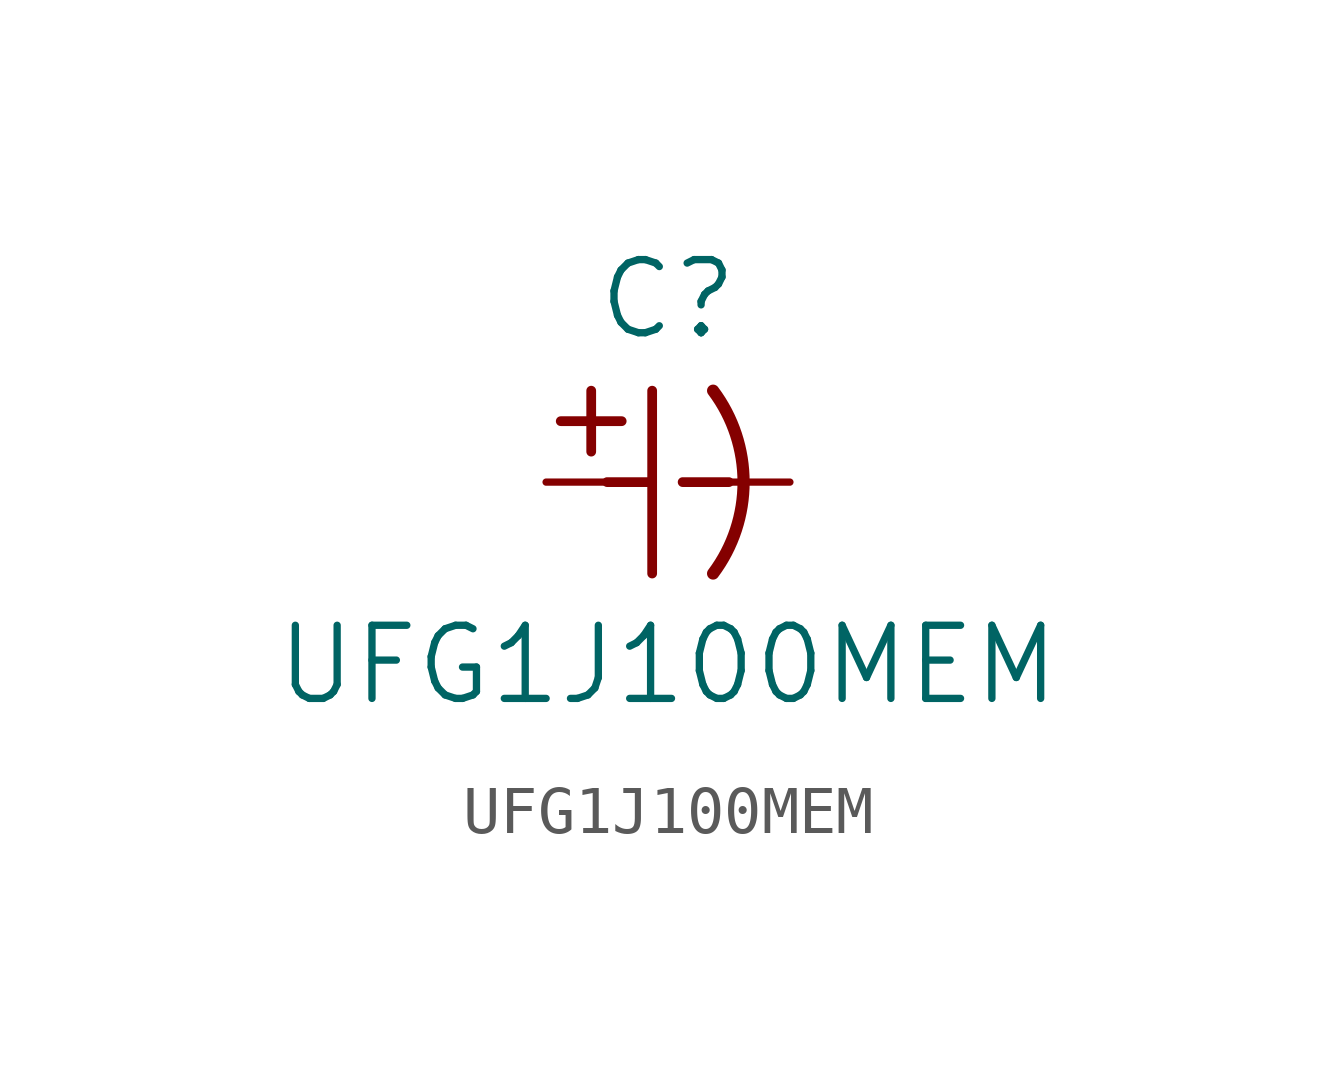
<source format=kicad_sym>
(kicad_symbol_lib
  (version 20211014)
  (generator kicad_symbol_editor)
  (symbol "UFG1J100MEM"
    (pin_numbers hide)
    (pin_names
      (offset 1.651) hide)
    (property "Reference" "C"
      (at 0 3.81 0)
      (effects (font (size 1.524 1.524))))
    (property "Value" "UFG1J100MEM"
      (at 0 -3.81 0)
      (effects (font (size 1.524 1.524))))
    (property "Datasheet" ""
      (at -3.81 0 0)
      (effects (font (size 1.524 1.524))))
    (property "ki_locked" ""
      (at 0 0 0)
      (effects (font (size 1.27 1.27))))
    (symbol "UFG1J100MEM_1_1"
      (polyline (pts (xy -2.235 1.27) (xy -0.965 1.27)) (stroke (width 0.203) (type default) (color 0 0 0 0)) (fill (type none)))
      (polyline (pts (xy -1.6 0.635) (xy -1.6 1.905)) (stroke (width 0.203) (type default) (color 0 0 0 0)) (fill (type none)))
      (polyline (pts (xy -1.27 0) (xy -0.33 0)) (stroke (width 0.203) (type default) (color 0 0 0 0)) (fill (type none)))
      (polyline (pts (xy -0.33 -1.905) (xy -0.33 1.905)) (stroke (width 0.203) (type default) (color 0 0 0 0)) (fill (type none)))
      (polyline (pts (xy 0.305 0) (xy 1.27 0)) (stroke (width 0.203) (type default) (color 0 0 0 0)) (fill (type none)))
      (arc (start 0.9398 -1.905) (mid 6.6552 0) (end 0.9398 1.905) (stroke (width 0.254) (type default) (color 0 0 0 0)) (fill (type none)))
      (pin passive line (at -2.54 0 0) (length 1.27) (name "1" (effects (font (size 1.499 1.499)))) (number "1" (effects (font (size 1.499 1.499)))))
      (pin passive line (at 2.54 0 180) (length 1.27) (name "2" (effects (font (size 1.499 1.499)))) (number "2" (effects (font (size 1.499 1.499))))))))
</source>
